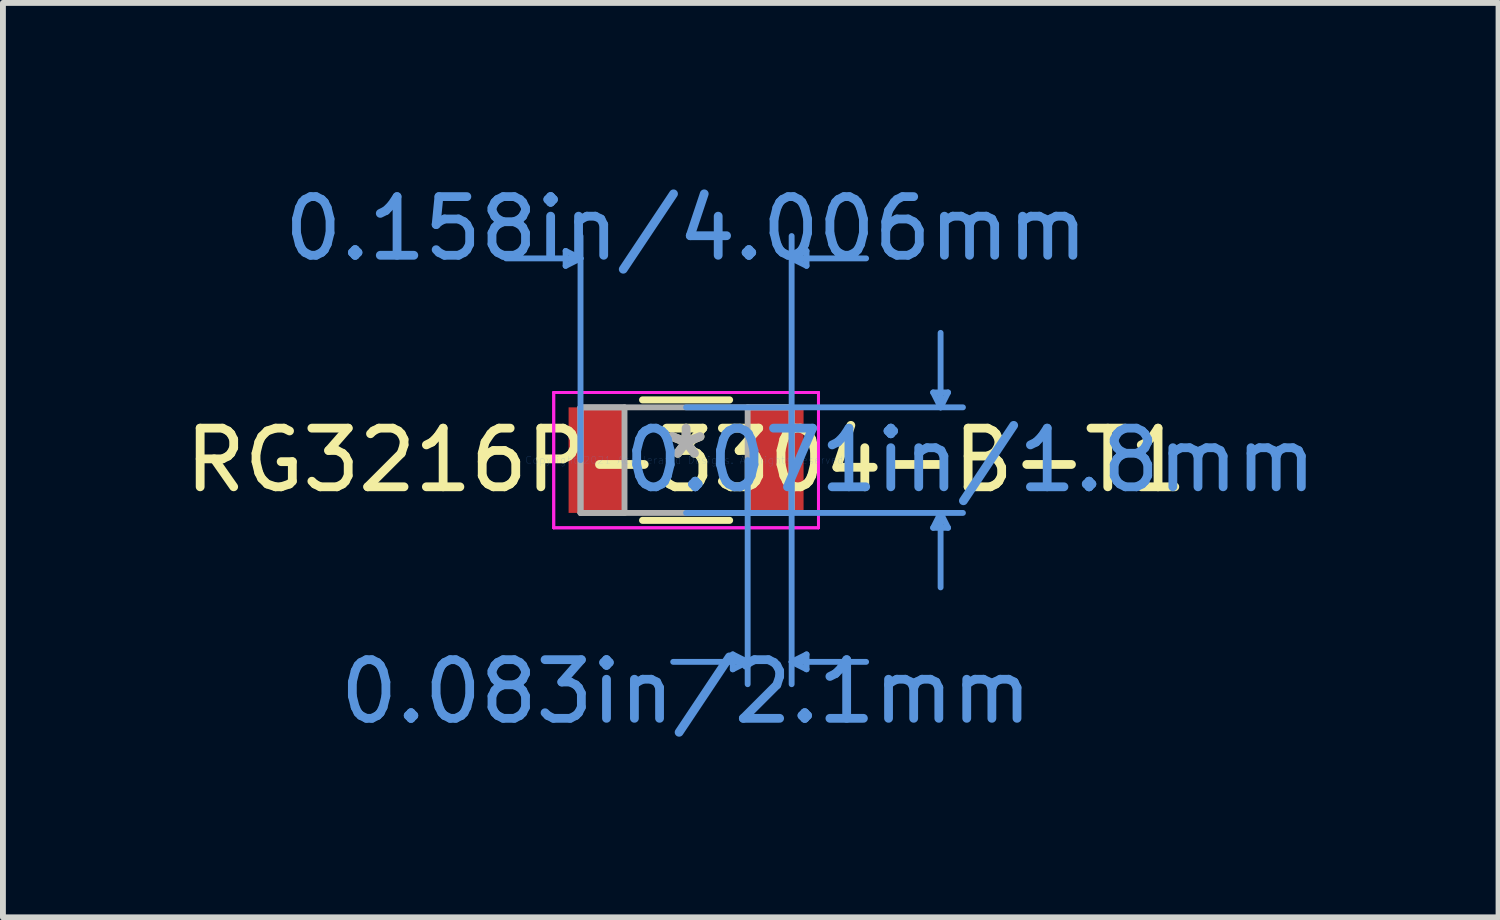
<source format=kicad_pcb>
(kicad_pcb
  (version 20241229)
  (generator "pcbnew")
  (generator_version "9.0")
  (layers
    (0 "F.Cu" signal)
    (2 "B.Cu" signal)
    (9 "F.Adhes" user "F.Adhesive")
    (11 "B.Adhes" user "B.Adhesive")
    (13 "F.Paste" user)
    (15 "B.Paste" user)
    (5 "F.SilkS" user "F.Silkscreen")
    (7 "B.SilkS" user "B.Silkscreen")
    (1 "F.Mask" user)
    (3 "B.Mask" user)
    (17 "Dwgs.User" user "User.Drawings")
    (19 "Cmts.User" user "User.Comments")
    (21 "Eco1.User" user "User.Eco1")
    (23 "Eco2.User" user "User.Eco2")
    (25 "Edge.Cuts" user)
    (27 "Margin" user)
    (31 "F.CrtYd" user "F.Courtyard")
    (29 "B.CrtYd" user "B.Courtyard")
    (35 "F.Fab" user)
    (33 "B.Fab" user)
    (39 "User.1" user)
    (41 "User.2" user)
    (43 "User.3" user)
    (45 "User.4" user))
  (footprint "RG3216P-3304-B-T1"
    (layer "F.Cu")
    (at 8.649 4.796)
    (property "Reference" "RG3216P-3304-B-T1" (at 0 0 0) (layer "F.SilkS") (effects (font (size 1 1) (thickness 0.15))))
    (attr through_hole)
    (fp_line (start -0.742 1.027) (end 0.742 1.027) (stroke (width 0.12) (type solid)) (layer "F.SilkS"))
    (fp_line (start 0.742 -1.027) (end -0.742 -1.027) (stroke (width 0.12) (type solid)) (layer "F.SilkS"))
    (fp_line (start -2.054 -3.567) (end -2.054 -3.313) (stroke (width 0.1) (type solid)) (layer "Cmts.User"))
    (fp_line (start -1.8 -3.44) (end -3.07 -3.44) (stroke (width 0.1) (type solid)) (layer "Cmts.User"))
    (fp_line (start -1.8 -3.44) (end -2.054 -3.567) (stroke (width 0.1) (type solid)) (layer "Cmts.User"))
    (fp_line (start -1.8 -3.44) (end -2.054 -3.313) (stroke (width 0.1) (type solid)) (layer "Cmts.User"))
    (fp_line (start -1.8 0) (end -1.8 -3.821) (stroke (width 0.1) (type solid)) (layer "Cmts.User"))
    (fp_line (start 0 -0.9) (end 4.721 -0.9) (stroke (width 0.1) (type solid)) (layer "Cmts.User"))
    (fp_line (start 0 0.9) (end 4.721 0.9) (stroke (width 0.1) (type solid)) (layer "Cmts.User"))
    (fp_line (start 0.796 3.313) (end 0.796 3.567) (stroke (width 0.1) (type solid)) (layer "Cmts.User"))
    (fp_line (start 1.05 0) (end 1.05 3.821) (stroke (width 0.1) (type solid)) (layer "Cmts.User"))
    (fp_line (start 1.05 3.44) (end -0.22 3.44) (stroke (width 0.1) (type solid)) (layer "Cmts.User"))
    (fp_line (start 1.05 3.44) (end 0.796 3.313) (stroke (width 0.1) (type solid)) (layer "Cmts.User"))
    (fp_line (start 1.05 3.44) (end 0.796 3.567) (stroke (width 0.1) (type solid)) (layer "Cmts.User"))
    (fp_line (start 1.8 -3.44) (end 2.054 -3.567) (stroke (width 0.1) (type solid)) (layer "Cmts.User"))
    (fp_line (start 1.8 -3.44) (end 2.054 -3.313) (stroke (width 0.1) (type solid)) (layer "Cmts.User"))
    (fp_line (start 1.8 -3.44) (end 3.07 -3.44) (stroke (width 0.1) (type solid)) (layer "Cmts.User"))
    (fp_line (start 1.8 0) (end 1.8 -3.821) (stroke (width 0.1) (type solid)) (layer "Cmts.User"))
    (fp_line (start 1.8 0) (end 1.8 3.821) (stroke (width 0.1) (type solid)) (layer "Cmts.User"))
    (fp_line (start 1.8 3.44) (end 2.054 3.313) (stroke (width 0.1) (type solid)) (layer "Cmts.User"))
    (fp_line (start 1.8 3.44) (end 2.054 3.567) (stroke (width 0.1) (type solid)) (layer "Cmts.User"))
    (fp_line (start 1.8 3.44) (end 3.07 3.44) (stroke (width 0.1) (type solid)) (layer "Cmts.User"))
    (fp_line (start 2.054 -3.567) (end 2.054 -3.313) (stroke (width 0.1) (type solid)) (layer "Cmts.User"))
    (fp_line (start 2.054 3.313) (end 2.054 3.567) (stroke (width 0.1) (type solid)) (layer "Cmts.User"))
    (fp_line (start 4.213 -1.154) (end 4.467 -1.154) (stroke (width 0.1) (type solid)) (layer "Cmts.User"))
    (fp_line (start 4.213 1.154) (end 4.467 1.154) (stroke (width 0.1) (type solid)) (layer "Cmts.User"))
    (fp_line (start 4.34 -0.9) (end 4.213 -1.154) (stroke (width 0.1) (type solid)) (layer "Cmts.User"))
    (fp_line (start 4.34 -0.9) (end 4.34 -2.17) (stroke (width 0.1) (type solid)) (layer "Cmts.User"))
    (fp_line (start 4.34 -0.9) (end 4.467 -1.154) (stroke (width 0.1) (type solid)) (layer "Cmts.User"))
    (fp_line (start 4.34 0.9) (end 4.213 1.154) (stroke (width 0.1) (type solid)) (layer "Cmts.User"))
    (fp_line (start 4.34 0.9) (end 4.34 2.17) (stroke (width 0.1) (type solid)) (layer "Cmts.User"))
    (fp_line (start 4.34 0.9) (end 4.467 1.154) (stroke (width 0.1) (type solid)) (layer "Cmts.User"))
    (fp_line (start -2.257 -1.154) (end 2.257 -1.154) (stroke (width 0.05) (type solid)) (layer "F.CrtYd"))
    (fp_line (start -2.257 -1.154) (end 2.257 -1.154) (stroke (width 0.05) (type solid)) (layer "F.CrtYd"))
    (fp_line (start -2.257 1.154) (end -2.257 -1.154) (stroke (width 0.05) (type solid)) (layer "F.CrtYd"))
    (fp_line (start -2.257 1.154) (end -2.257 -1.154) (stroke (width 0.05) (type solid)) (layer "F.CrtYd"))
    (fp_line (start 2.257 -1.154) (end 2.257 1.154) (stroke (width 0.05) (type solid)) (layer "F.CrtYd"))
    (fp_line (start 2.257 -1.154) (end 2.257 1.154) (stroke (width 0.05) (type solid)) (layer "F.CrtYd"))
    (fp_line (start 2.257 1.154) (end -2.257 1.154) (stroke (width 0.05) (type solid)) (layer "F.CrtYd"))
    (fp_line (start 2.257 1.154) (end -2.257 1.154) (stroke (width 0.05) (type solid)) (layer "F.CrtYd"))
    (fp_line (start -1.8 -0.9) (end -1.8 0.9) (stroke (width 0.1) (type solid)) (layer "F.Fab"))
    (fp_line (start -1.8 -0.9) (end -1.8 0.9) (stroke (width 0.1) (type solid)) (layer "F.Fab"))
    (fp_line (start -1.8 0.9) (end -1.05 0.9) (stroke (width 0.1) (type solid)) (layer "F.Fab"))
    (fp_line (start -1.8 0.9) (end 1.8 0.9) (stroke (width 0.1) (type solid)) (layer "F.Fab"))
    (fp_line (start -1.05 -0.9) (end -1.8 -0.9) (stroke (width 0.1) (type solid)) (layer "F.Fab"))
    (fp_line (start -1.05 0.9) (end -1.05 -0.9) (stroke (width 0.1) (type solid)) (layer "F.Fab"))
    (fp_line (start 1.05 -0.9) (end 1.05 0.9) (stroke (width 0.1) (type solid)) (layer "F.Fab"))
    (fp_line (start 1.05 0.9) (end 1.8 0.9) (stroke (width 0.1) (type solid)) (layer "F.Fab"))
    (fp_line (start 1.8 -0.9) (end -1.8 -0.9) (stroke (width 0.1) (type solid)) (layer "F.Fab"))
    (fp_line (start 1.8 -0.9) (end 1.05 -0.9) (stroke (width 0.1) (type solid)) (layer "F.Fab"))
    (fp_line (start 1.8 0.9) (end 1.8 -0.9) (stroke (width 0.1) (type solid)) (layer "F.Fab"))
    (fp_line (start 1.8 0.9) (end 1.8 -0.9) (stroke (width 0.1) (type solid)) (layer "F.Fab"))
    (fp_text user "*" (at 0 0 0) (layer "F.SilkS") (effects (font (size 1 1) (thickness 0.15))))
    (fp_text user "0.071in/1.8mm" (at 4.848 0 0) (layer "Cmts.User") (effects (font (size 1 1) (thickness 0.15))))
    (fp_text user "Copyright 2021 Accelerated Designs. All rights reserved." (at 0 0 0) (layer "Cmts.User") (effects (font (size 0.127 0.127) (thickness 0.002))))
    (fp_text user "0.158in/4.006mm" (at 0 -3.948 0) (layer "Cmts.User") (effects (font (size 1 1) (thickness 0.15))))
    (fp_text user "0.083in/2.1mm" (at 0 3.948 0) (layer "Cmts.User") (effects (font (size 1 1) (thickness 0.15))))
    (fp_text user "*" (at 0 0 0) (layer "F.Fab") (effects (font (size 1 1) (thickness 0.15))))
    (pad "1" smd rect (at -1.527 0) (size 0.953 1.8) (layers "F.Cu" "F.Mask" "F.Paste"))
    (pad "2" smd rect (at 1.527 0) (size 0.953 1.8) (layers "F.Cu" "F.Mask" "F.Paste")))
  (gr_rect
    (start -3 -3)
    (end 22.503 12.592)
    (stroke (width 0.1) (type default))
    (fill no)
    (layer "Edge.Cuts")))
</source>
